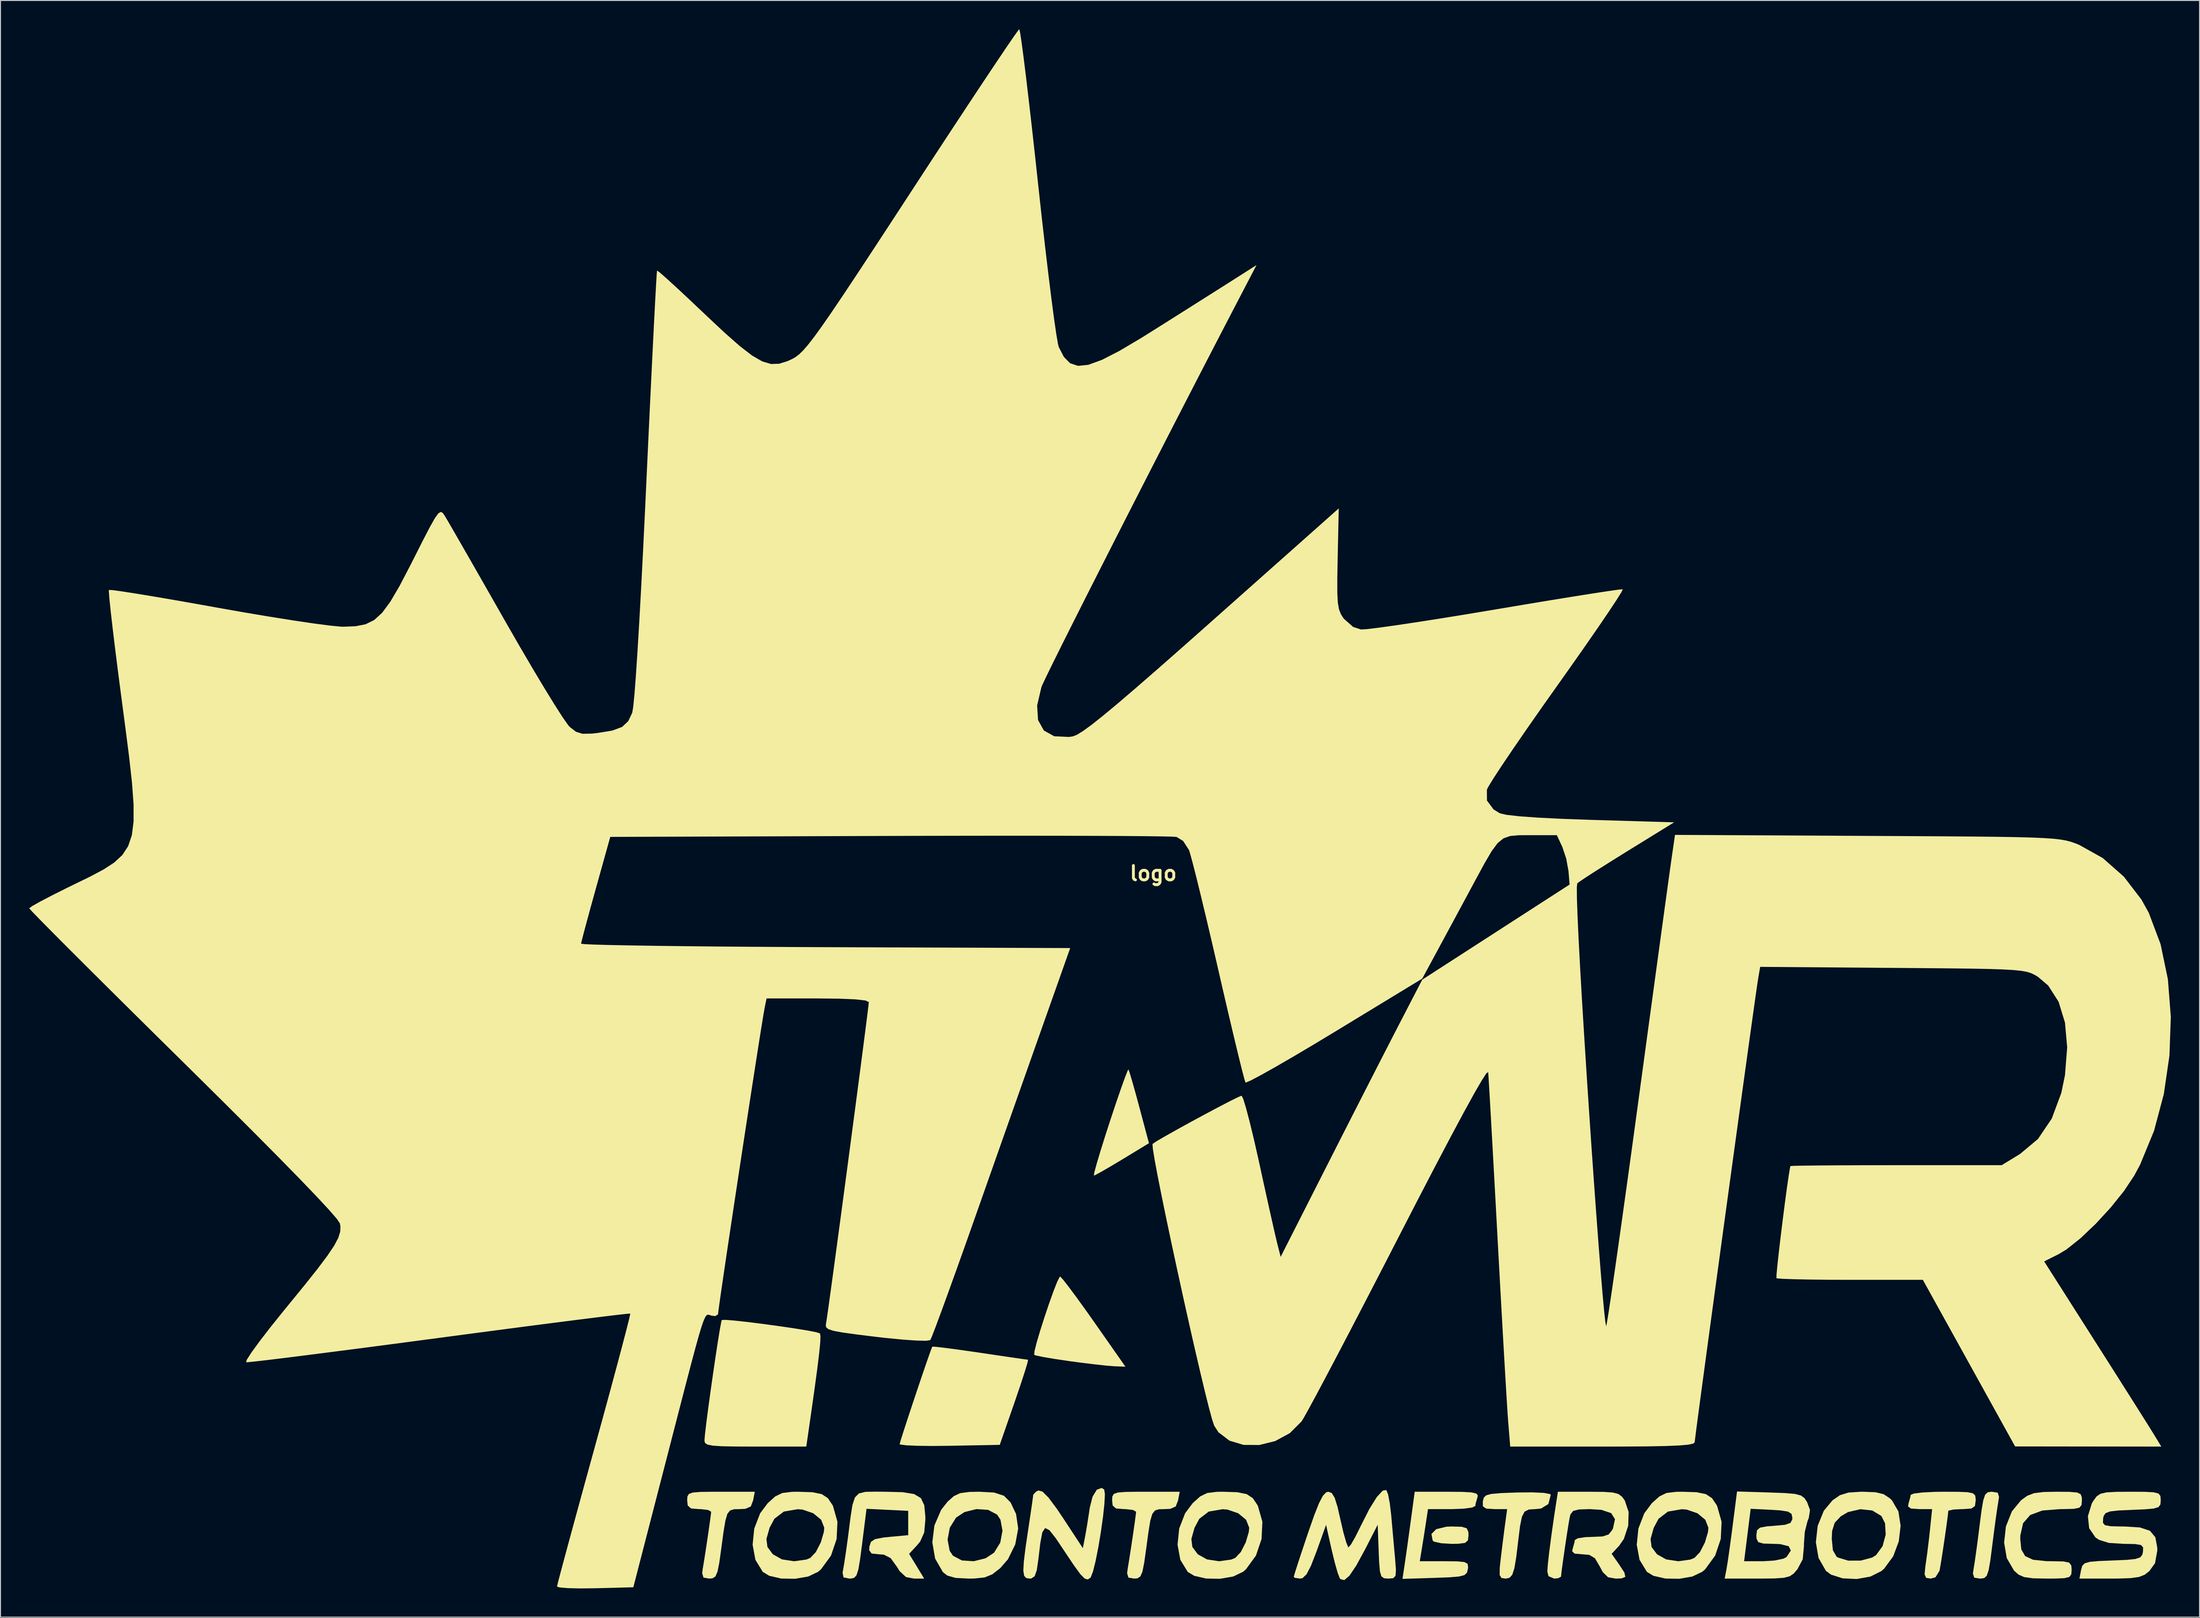
<source format=kicad_pcb>
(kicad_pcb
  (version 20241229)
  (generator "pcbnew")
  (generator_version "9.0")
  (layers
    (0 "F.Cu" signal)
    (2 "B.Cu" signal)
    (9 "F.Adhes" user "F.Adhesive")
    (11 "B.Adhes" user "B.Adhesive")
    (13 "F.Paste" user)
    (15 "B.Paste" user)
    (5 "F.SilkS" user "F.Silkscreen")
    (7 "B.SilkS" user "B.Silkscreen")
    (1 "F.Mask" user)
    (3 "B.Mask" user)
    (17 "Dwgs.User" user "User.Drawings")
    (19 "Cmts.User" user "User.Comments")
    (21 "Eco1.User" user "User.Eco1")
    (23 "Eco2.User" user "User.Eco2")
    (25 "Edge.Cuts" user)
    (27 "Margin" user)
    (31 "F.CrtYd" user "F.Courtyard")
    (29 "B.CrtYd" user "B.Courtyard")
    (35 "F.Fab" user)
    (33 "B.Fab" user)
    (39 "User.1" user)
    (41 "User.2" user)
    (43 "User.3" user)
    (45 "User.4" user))
  (footprint "logo"
    (layer "F.Cu")
    (at 117.341 88.174)
    (property "Reference" "logo" (at 0 0 0) (layer "F.SilkS") (effects (font (size 1.5 1.5) (thickness 0.3))))
    (attr board_only exclude_from_pos_files exclude_from_bom)
    (fp_poly (pts (xy 32.209 68.248) (xy 32.727 68.405) (xy 32.898 68.783) (xy 32.913 69.124) (xy 32.854 69.665) (xy 32.554 69.933) (xy 31.831 70.024) (xy 31.145 70.031) (xy 30.083 69.97) (xy 29.35 69.813) (xy 29.176 69.701) (xy 29.041 69.003) (xy 29.539 68.499) (xy 30.605 68.241) (xy 31.162 68.217)) (stroke (width 0) (type solid)) (fill yes) (layer "F.SilkS"))
    (fp_poly (pts (xy -2.453 20.854) (xy -2.176 21.785) (xy -1.802 23.119) (xy -1.458 24.39) (xy -0.447 28.183) (xy -3.231 29.876) (xy -4.478 30.622) (xy -5.479 31.2) (xy -6.087 31.526) (xy -6.197 31.569) (xy -6.151 31.244) (xy -5.909 30.346) (xy -5.504 28.988) (xy -4.971 27.285) (xy -4.543 25.962) (xy -3.923 24.093) (xy -3.377 22.504) (xy -2.946 21.304) (xy -2.67 20.606) (xy -2.589 20.476)) (stroke (width 0) (type solid)) (fill yes) (layer "F.SilkS"))
    (fp_poly (pts (xy -9.441 42.399) (xy -8.829 43.18) (xy -7.957 44.355) (xy -6.9 45.822) (xy -6.191 46.828) (xy -2.902 51.526) (xy -4.044 51.483) (xy -4.895 51.415) (xy -6.231 51.269) (xy -7.832 51.07) (xy -8.724 50.95) (xy -10.233 50.727) (xy -11.458 50.52) (xy -12.236 50.358) (xy -12.428 50.29) (xy -12.395 49.897) (xy -12.167 48.995) (xy -11.799 47.75) (xy -11.344 46.326) (xy -10.859 44.888) (xy -10.397 43.601) (xy -10.013 42.63) (xy -9.761 42.14) (xy -9.719 42.111)) (stroke (width 0) (type solid)) (fill yes) (layer "F.SilkS"))
    (fp_poly (pts (xy 88.16 64.687) (xy 88.296 65.129) (xy 88.227 65.586) (xy 88.099 66.378) (xy 87.917 67.672) (xy 87.709 69.252) (xy 87.6 70.122) (xy 87.392 71.742) (xy 87.214 72.774) (xy 87.019 73.349) (xy 86.758 73.6) (xy 86.383 73.659) (xy 86.306 73.66) (xy 85.704 73.562) (xy 85.569 73.12) (xy 85.638 72.662) (xy 85.765 71.871) (xy 85.948 70.577) (xy 86.156 68.997) (xy 86.264 68.126) (xy 86.473 66.506) (xy 86.651 65.475) (xy 86.846 64.9) (xy 87.107 64.649) (xy 87.482 64.589) (xy 87.559 64.589)) (stroke (width 0) (type solid)) (fill yes) (layer "F.SilkS"))
    (fp_poly (pts (xy -22.711 49.449) (xy -21.777 49.556) (xy -20.394 49.739) (xy -18.692 49.982) (xy -18.101 50.069) (xy -16.316 50.334) (xy -14.802 50.556) (xy -13.691 50.716) (xy -13.115 50.795) (xy -13.065 50.8) (xy -13.127 51.12) (xy -13.391 51.997) (xy -13.816 53.303) (xy -14.362 54.912) (xy -14.477 55.245) (xy -16.021 59.69) (xy -21.247 59.79) (xy -23.088 59.808) (xy -24.645 59.789) (xy -25.792 59.737) (xy -26.405 59.657) (xy -26.473 59.614) (xy -26.364 59.217) (xy -26.07 58.285) (xy -25.642 56.97) (xy -25.129 55.42) (xy -24.584 53.788) (xy -24.055 52.224) (xy -23.593 50.878) (xy -23.249 49.902) (xy -23.073 49.445) (xy -23.067 49.434)) (stroke (width 0) (type solid)) (fill yes) (layer "F.SilkS"))
    (fp_poly (pts (xy -43.699 46.712) (xy -42.359 46.859) (xy -40.781 47.056) (xy -39.121 47.282) (xy -37.536 47.514) (xy -36.183 47.733) (xy -35.217 47.917) (xy -34.795 48.045) (xy -34.793 48.046) (xy -34.739 48.318) (xy -34.763 48.99) (xy -34.874 50.123) (xy -35.077 51.781) (xy -35.381 54.024) (xy -35.792 56.916) (xy -35.839 57.241) (xy -36.219 59.871) (xy -41.542 59.871) (xy -43.604 59.865) (xy -45.055 59.836) (xy -46 59.772) (xy -46.545 59.661) (xy -46.793 59.491) (xy -46.851 59.248) (xy -46.85 59.236) (xy -46.794 58.571) (xy -46.655 57.394) (xy -46.454 55.847) (xy -46.211 54.074) (xy -45.946 52.218) (xy -45.682 50.421) (xy -45.437 48.826) (xy -45.233 47.577) (xy -45.09 46.816) (xy -45.041 46.652) (xy -44.645 46.636)) (stroke (width 0) (type solid)) (fill yes) (layer "F.SilkS"))
    (fp_poly (pts (xy 40.781 64.71) (xy 41.419 64.831) (xy 41.499 64.909) (xy 41.251 65.87) (xy 40.486 66.342) (xy 39.875 66.403) (xy 39.206 66.445) (xy 38.769 66.665) (xy 38.488 67.201) (xy 38.289 68.19) (xy 38.107 69.669) (xy 37.895 71.423) (xy 37.701 72.577) (xy 37.484 73.253) (xy 37.204 73.573) (xy 36.818 73.659) (xy 36.77 73.66) (xy 36.349 73.597) (xy 36.166 73.288) (xy 36.171 72.558) (xy 36.256 71.755) (xy 36.441 70.224) (xy 36.643 68.636) (xy 36.711 68.126) (xy 36.945 66.403) (xy 35.62 66.403) (xy 34.752 66.349) (xy 34.412 66.104) (xy 34.408 65.586) (xy 34.503 65.21) (xy 34.752 64.965) (xy 35.291 64.817) (xy 36.257 64.732) (xy 37.786 64.673) (xy 38.011 64.666) (xy 39.605 64.652)) (stroke (width 0) (type solid)) (fill yes) (layer "F.SilkS"))
    (fp_poly (pts (xy -41.769 65.496) (xy -42.013 66.127) (xy -42.578 66.374) (xy -43.161 66.403) (xy -43.762 66.417) (xy -44.174 66.541) (xy -44.456 66.898) (xy -44.666 67.612) (xy -44.863 68.805) (xy -45.089 70.485) (xy -45.302 72.005) (xy -45.49 72.943) (xy -45.707 73.438) (xy -46.009 73.631) (xy -46.356 73.66) (xy -46.951 73.556) (xy -47.089 73.097) (xy -47.033 72.662) (xy -46.86 71.608) (xy -46.657 70.295) (xy -46.454 68.934) (xy -46.283 67.736) (xy -46.174 66.91) (xy -46.152 66.675) (xy -46.465 66.495) (xy -47.237 66.405) (xy -47.401 66.403) (xy -48.248 66.335) (xy -48.595 66.03) (xy -48.654 65.496) (xy -48.631 65.082) (xy -48.477 64.818) (xy -48.059 64.67) (xy -47.245 64.605) (xy -45.905 64.589) (xy -45.126 64.589) (xy -41.598 64.589)) (stroke (width 0) (type solid)) (fill yes) (layer "F.SilkS"))
    (fp_poly (pts (xy 2.592 65.496) (xy 2.347 66.127) (xy 1.783 66.374) (xy 1.199 66.403) (xy 0.599 66.417) (xy 0.187 66.541) (xy -0.095 66.898) (xy -0.306 67.612) (xy -0.502 68.805) (xy -0.728 70.485) (xy -0.942 72.005) (xy -1.129 72.943) (xy -1.346 73.438) (xy -1.649 73.631) (xy -1.996 73.66) (xy -2.591 73.556) (xy -2.728 73.097) (xy -2.672 72.662) (xy -2.499 71.608) (xy -2.296 70.295) (xy -2.093 68.934) (xy -1.922 67.736) (xy -1.814 66.91) (xy -1.791 66.675) (xy -2.104 66.495) (xy -2.877 66.405) (xy -3.041 66.403) (xy -3.888 66.335) (xy -4.234 66.03) (xy -4.293 65.496) (xy -4.271 65.082) (xy -4.116 64.818) (xy -3.698 64.67) (xy -2.884 64.605) (xy -1.544 64.589) (xy -0.765 64.589) (xy 2.763 64.589)) (stroke (width 0) (type solid)) (fill yes) (layer "F.SilkS"))
    (fp_poly (pts (xy 32.258 64.603) (xy 33.24 64.66) (xy 33.742 64.781) (xy 33.884 64.989) (xy 33.845 65.163) (xy 33.652 65.854) (xy 33.628 66.07) (xy 33.301 66.235) (xy 32.441 66.354) (xy 31.229 66.403) (xy 31.155 66.403) (xy 28.683 66.403) (xy 28.449 67.945) (xy 28.247 69.249) (xy 28.05 70.481) (xy 28.02 70.666) (xy 27.825 71.846) (xy 30.394 71.846) (xy 31.72 71.859) (xy 32.478 71.932) (xy 32.814 72.112) (xy 32.872 72.45) (xy 32.848 72.662) (xy 32.75 73.045) (xy 32.493 73.291) (xy 31.939 73.439) (xy 30.947 73.524) (xy 29.379 73.583) (xy 29.377 73.584) (xy 26.02 73.689) (xy 26.228 72.314) (xy 26.375 71.308) (xy 26.58 69.853) (xy 26.805 68.22) (xy 26.867 67.764) (xy 27.297 64.589) (xy 30.68 64.589)) (stroke (width 0) (type solid)) (fill yes) (layer "F.SilkS"))
    (fp_poly (pts (xy 84.035 64.595) (xy 85.028 64.638) (xy 85.574 64.753) (xy 85.806 64.976) (xy 85.858 65.342) (xy 85.859 65.496) (xy 85.781 66.08) (xy 85.413 66.34) (xy 84.553 66.403) (xy 84.428 66.403) (xy 83.532 66.448) (xy 83.033 66.56) (xy 82.997 66.605) (xy 82.946 67.104) (xy 82.813 68.102) (xy 82.631 69.38) (xy 82.431 70.721) (xy 82.246 71.908) (xy 82.107 72.723) (xy 82.083 72.844) (xy 81.659 73.528) (xy 81.156 73.66) (xy 80.688 73.585) (xy 80.527 73.229) (xy 80.602 72.395) (xy 80.634 72.186) (xy 80.806 70.964) (xy 80.991 69.448) (xy 81.088 68.557) (xy 81.31 66.403) (xy 79.969 66.403) (xy 79.099 66.344) (xy 78.797 66.118) (xy 78.845 65.829) (xy 79.038 65.138) (xy 79.062 64.922) (xy 79.394 64.779) (xy 80.286 64.666) (xy 81.582 64.6) (xy 82.461 64.589)) (stroke (width 0) (type solid)) (fill yes) (layer "F.SilkS"))
    (fp_poly (pts (xy 95.65 64.6) (xy 96.442 64.669) (xy 96.822 64.848) (xy 96.94 65.188) (xy 96.949 65.496) (xy 96.907 65.987) (xy 96.673 66.259) (xy 96.082 66.376) (xy 94.972 66.403) (xy 94.672 66.403) (xy 92.814 66.549) (xy 91.548 67.023) (xy 90.806 67.876) (xy 90.519 69.159) (xy 90.51 69.501) (xy 90.619 70.61) (xy 91.026 71.313) (xy 91.852 71.694) (xy 93.218 71.837) (xy 93.885 71.846) (xy 95.02 71.869) (xy 95.614 71.99) (xy 95.841 72.29) (xy 95.876 72.753) (xy 95.841 73.219) (xy 95.636 73.489) (xy 95.108 73.618) (xy 94.103 73.657) (xy 93.255 73.66) (xy 91.835 73.63) (xy 90.925 73.506) (xy 90.32 73.238) (xy 89.862 72.826) (xy 89.103 71.517) (xy 88.828 69.906) (xy 89.015 68.207) (xy 89.642 66.634) (xy 90.586 65.486) (xy 91.243 65.008) (xy 91.959 64.736) (xy 92.96 64.614) (xy 94.294 64.589)) (stroke (width 0) (type solid)) (fill yes) (layer "F.SilkS"))
    (fp_poly (pts (xy -16.612 64.673) (xy -15.591 65.005) (xy -14.896 65.697) (xy -14.34 66.866) (xy -14.316 66.93) (xy -14.098 68.436) (xy -14.404 70.088) (xy -15.163 71.637) (xy -15.966 72.564) (xy -16.798 73.212) (xy -17.608 73.541) (xy -18.704 73.653) (xy -19.275 73.66) (xy -20.636 73.59) (xy -21.493 73.346) (xy -21.963 72.977) (xy -22.771 71.567) (xy -23.061 69.877) (xy -23.026 69.591) (xy -21.469 69.591) (xy -21.255 70.742) (xy -20.903 71.276) (xy -19.968 71.767) (xy -18.741 71.847) (xy -17.501 71.537) (xy -16.619 70.955) (xy -15.967 69.9) (xy -15.737 68.658) (xy -15.95 67.506) (xy -16.303 66.973) (xy -17.237 66.482) (xy -18.465 66.402) (xy -19.705 66.711) (xy -20.587 67.294) (xy -21.239 68.348) (xy -21.469 69.591) (xy -23.026 69.591) (xy -22.846 68.112) (xy -22.139 66.477) (xy -21.463 65.62) (xy -20.815 65.045) (xy -20.146 64.734) (xy -19.207 64.608) (xy -18.149 64.589)) (stroke (width 0) (type solid)) (fill yes) (layer "F.SilkS"))
    (fp_poly (pts (xy -35.585 64.638) (xy -34.605 64.838) (xy -33.964 65.262) (xy -33.477 65.986) (xy -33.436 66.066) (xy -32.967 67.719) (xy -33.052 69.526) (xy -33.639 71.259) (xy -34.678 72.685) (xy -34.974 72.944) (xy -36.017 73.443) (xy -37.391 73.68) (xy -38.835 73.656) (xy -40.085 73.369) (xy -40.763 72.955) (xy -41.531 71.7) (xy -41.822 70.124) (xy -41.762 69.527) (xy -40.381 69.527) (xy -40.275 70.359) (xy -39.71 71.12) (xy -38.757 71.654) (xy -37.484 71.849) (xy -36.22 71.673) (xy -35.789 71.491) (xy -35.222 70.889) (xy -34.706 69.884) (xy -34.385 68.792) (xy -34.344 68.344) (xy -34.666 67.516) (xy -35.493 66.836) (xy -36.613 66.452) (xy -37.116 66.414) (xy -38.562 66.658) (xy -39.547 67.41) (xy -40.054 68.361) (xy -40.381 69.527) (xy -41.762 69.527) (xy -41.652 68.435) (xy -41.034 66.838) (xy -40.254 65.794) (xy -39.462 65.078) (xy -38.719 64.719) (xy -37.714 64.597) (xy -37.092 64.589)) (stroke (width 0) (type solid)) (fill yes) (layer "F.SilkS"))
    (fp_poly (pts (xy 8.775 64.638) (xy 9.756 64.838) (xy 10.396 65.262) (xy 10.883 65.986) (xy 10.924 66.066) (xy 11.394 67.719) (xy 11.309 69.526) (xy 10.721 71.259) (xy 9.683 72.685) (xy 9.387 72.944) (xy 8.344 73.443) (xy 6.969 73.68) (xy 5.525 73.656) (xy 4.276 73.369) (xy 3.597 72.955) (xy 2.83 71.7) (xy 2.538 70.124) (xy 2.599 69.527) (xy 3.98 69.527) (xy 4.085 70.359) (xy 4.651 71.12) (xy 5.604 71.654) (xy 6.877 71.849) (xy 8.14 71.673) (xy 8.572 71.491) (xy 9.139 70.889) (xy 9.655 69.884) (xy 9.975 68.792) (xy 10.017 68.344) (xy 9.694 67.516) (xy 8.868 66.836) (xy 7.748 66.452) (xy 7.244 66.414) (xy 5.798 66.658) (xy 4.813 67.41) (xy 4.307 68.361) (xy 3.98 69.527) (xy 2.599 69.527) (xy 2.709 68.435) (xy 3.326 66.838) (xy 4.107 65.794) (xy 4.899 65.078) (xy 5.642 64.719) (xy 6.647 64.597) (xy 7.269 64.589)) (stroke (width 0) (type solid)) (fill yes) (layer "F.SilkS"))
    (fp_poly (pts (xy 56.713 64.638) (xy 57.694 64.838) (xy 58.334 65.262) (xy 58.821 65.986) (xy 58.863 66.066) (xy 59.332 67.719) (xy 59.247 69.526) (xy 58.659 71.259) (xy 57.621 72.685) (xy 57.325 72.944) (xy 56.282 73.443) (xy 54.907 73.68) (xy 53.463 73.656) (xy 52.214 73.369) (xy 51.535 72.955) (xy 50.768 71.7) (xy 50.476 70.124) (xy 50.537 69.527) (xy 51.918 69.527) (xy 52.024 70.359) (xy 52.589 71.12) (xy 53.542 71.654) (xy 54.815 71.849) (xy 56.078 71.673) (xy 56.51 71.491) (xy 57.077 70.889) (xy 57.593 69.884) (xy 57.913 68.792) (xy 57.955 68.344) (xy 57.632 67.516) (xy 56.806 66.836) (xy 55.686 66.452) (xy 55.182 66.414) (xy 53.736 66.658) (xy 52.751 67.41) (xy 52.245 68.361) (xy 51.918 69.527) (xy 50.537 69.527) (xy 50.647 68.435) (xy 51.264 66.838) (xy 52.045 65.794) (xy 52.837 65.078) (xy 53.58 64.719) (xy 54.585 64.597) (xy 55.207 64.589)) (stroke (width 0) (type solid)) (fill yes) (layer "F.SilkS"))
    (fp_poly (pts (xy 75.404 64.64) (xy 76.255 64.846) (xy 76.906 65.282) (xy 77.111 65.479) (xy 77.791 66.643) (xy 78.021 68.142) (xy 77.831 69.772) (xy 77.25 71.331) (xy 76.308 72.616) (xy 76.016 72.873) (xy 74.864 73.451) (xy 73.433 73.704) (xy 71.977 73.635) (xy 70.751 73.245) (xy 70.219 72.844) (xy 69.452 71.5) (xy 69.174 69.863) (xy 69.215 69.495) (xy 70.834 69.495) (xy 70.952 70.704) (xy 71.337 71.368) (xy 71.46 71.454) (xy 72.549 71.785) (xy 73.864 71.78) (xy 75.047 71.463) (xy 75.456 71.211) (xy 76.138 70.275) (xy 76.464 69.067) (xy 76.395 67.878) (xy 76.014 67.12) (xy 75.066 66.547) (xy 73.815 66.413) (xy 72.525 66.714) (xy 71.776 67.155) (xy 71.142 67.826) (xy 70.873 68.68) (xy 70.834 69.495) (xy 69.215 69.495) (xy 69.365 68.149) (xy 70.006 66.574) (xy 70.91 65.486) (xy 71.691 64.946) (xy 72.578 64.674) (xy 73.852 64.59) (xy 74.097 64.589)) (stroke (width 0) (type solid)) (fill yes) (layer "F.SilkS"))
    (fp_poly (pts (xy -5.121 64.353) (xy -5.046 64.828) (xy -5.096 65.841) (xy -5.244 67.217) (xy -5.465 68.786) (xy -5.73 70.374) (xy -6.014 71.811) (xy -6.289 72.922) (xy -6.528 73.536) (xy -6.56 73.574) (xy -6.839 73.754) (xy -7.162 73.655) (xy -7.613 73.192) (xy -8.279 72.279) (xy -9.168 70.948) (xy -10.162 69.461) (xy -10.842 68.599) (xy -11.287 68.379) (xy -11.576 68.818) (xy -11.788 69.934) (xy -11.983 71.574) (xy -12.156 72.776) (xy -12.379 73.413) (xy -12.723 73.645) (xy -12.905 73.66) (xy -13.261 73.603) (xy -13.479 73.36) (xy -13.561 72.824) (xy -13.511 71.886) (xy -13.332 70.439) (xy -13.058 68.58) (xy -12.832 67.074) (xy -12.653 65.849) (xy -12.547 65.075) (xy -12.528 64.9) (xy -12.239 64.584) (xy -11.98 64.456) (xy -11.565 64.572) (xy -10.933 65.203) (xy -10.041 66.401) (xy -9.393 67.364) (xy -7.347 70.483) (xy -7.111 69.259) (xy -6.912 68.121) (xy -6.697 66.742) (xy -6.633 66.291) (xy -6.339 65.116) (xy -5.894 64.379) (xy -5.386 64.191)) (stroke (width 0) (type solid)) (fill yes) (layer "F.SilkS"))
    (fp_poly (pts (xy -27.941 64.589) (xy -26.158 64.635) (xy -24.969 64.828) (xy -24.257 65.252) (xy -23.905 65.989) (xy -23.794 67.123) (xy -23.79 67.518) (xy -23.908 68.842) (xy -24.328 69.784) (xy -24.637 70.162) (xy -25.485 71.077) (xy -24.698 72.368) (xy -23.911 73.66) (xy -24.978 73.66) (xy -25.808 73.501) (xy -26.452 72.908) (xy -26.784 72.39) (xy -27.417 71.519) (xy -28.11 71.163) (xy -28.633 71.12) (xy -29.401 71.041) (xy -29.65 70.701) (xy -29.628 70.304) (xy -29.467 69.819) (xy -29.034 69.536) (xy -28.148 69.368) (xy -27.546 69.306) (xy -25.579 69.124) (xy -25.579 67.854) (xy -25.579 66.584) (xy -27.755 66.478) (xy -29.931 66.371) (xy -30.389 70.016) (xy -30.605 71.664) (xy -30.787 72.723) (xy -30.981 73.321) (xy -31.235 73.589) (xy -31.595 73.659) (xy -31.708 73.66) (xy -32.333 73.539) (xy -32.431 73.043) (xy -32.394 72.844) (xy -32.265 72.102) (xy -32.081 70.88) (xy -31.878 69.417) (xy -31.839 69.124) (xy -31.602 67.251) (xy -31.402 65.976) (xy -31.143 65.185) (xy -30.726 64.765) (xy -30.054 64.601) (xy -29.029 64.58)) (stroke (width 0) (type solid)) (fill yes) (layer "F.SilkS"))
    (fp_poly (pts (xy 64.356 64.667) (xy 65.949 64.727) (xy 66.982 64.817) (xy 67.607 64.977) (xy 67.98 65.248) (xy 68.255 65.668) (xy 68.26 65.677) (xy 68.562 66.493) (xy 68.436 67.318) (xy 68.299 67.673) (xy 68.019 68.779) (xy 67.927 70.058) (xy 67.934 70.222) (xy 67.803 71.645) (xy 67.256 72.671) (xy 66.863 73.13) (xy 66.439 73.42) (xy 65.818 73.578) (xy 64.835 73.645) (xy 63.324 73.66) (xy 63.072 73.66) (xy 59.654 73.66) (xy 59.846 72.662) (xy 59.975 71.872) (xy 59.979 71.846) (xy 61.684 71.846) (xy 63.683 71.846) (xy 64.866 71.772) (xy 65.779 71.582) (xy 66.112 71.41) (xy 66.562 70.73) (xy 66.34 70.28) (xy 65.441 70.058) (xy 64.752 70.031) (xy 63.69 70.001) (xy 63.16 69.85) (xy 62.98 69.488) (xy 62.963 69.143) (xy 63.028 68.621) (xy 63.34 68.338) (xy 64.078 68.2) (xy 64.842 68.145) (xy 65.953 68.041) (xy 66.519 67.846) (xy 66.71 67.484) (xy 66.72 67.31) (xy 66.633 66.901) (xy 66.265 66.663) (xy 65.454 66.535) (xy 64.544 66.478) (xy 62.369 66.371) (xy 62.026 69.109) (xy 61.684 71.846) (xy 59.979 71.846) (xy 60.162 70.579) (xy 60.376 68.998) (xy 60.491 68.114) (xy 60.944 64.564)) (stroke (width 0) (type solid)) (fill yes) (layer "F.SilkS"))
    (fp_poly (pts (xy 46.977 64.602) (xy 47.963 64.667) (xy 48.564 64.826) (xy 48.947 65.117) (xy 49.228 65.503) (xy 49.629 66.705) (xy 49.584 68.143) (xy 49.131 69.516) (xy 48.642 70.225) (xy 47.857 71.073) (xy 48.613 72.151) (xy 49.185 73.028) (xy 49.284 73.478) (xy 48.879 73.641) (xy 48.29 73.66) (xy 47.488 73.525) (xy 46.936 72.993) (xy 46.614 72.39) (xy 46.111 71.535) (xy 45.513 71.18) (xy 44.793 71.12) (xy 43.978 71.051) (xy 43.731 70.792) (xy 43.786 70.546) (xy 43.979 69.855) (xy 44.003 69.639) (xy 44.325 69.449) (xy 45.148 69.328) (xy 45.799 69.306) (xy 46.911 69.258) (xy 47.538 69.052) (xy 47.909 68.595) (xy 47.998 68.409) (xy 48.204 67.459) (xy 47.805 66.821) (xy 46.779 66.478) (xy 45.576 66.403) (xy 44.446 66.438) (xy 43.839 66.594) (xy 43.561 66.945) (xy 43.486 67.219) (xy 43.364 67.905) (xy 43.187 69.018) (xy 42.988 70.341) (xy 42.799 71.656) (xy 42.65 72.745) (xy 42.575 73.39) (xy 42.572 73.457) (xy 42.271 73.622) (xy 41.856 73.66) (xy 41.262 73.407) (xy 41.141 72.913) (xy 41.195 72.161) (xy 41.341 70.863) (xy 41.559 69.191) (xy 41.825 67.315) (xy 42.061 65.768) (xy 42.247 64.589) (xy 45.442 64.589)) (stroke (width 0) (type solid)) (fill yes) (layer "F.SilkS"))
    (fp_poly (pts (xy 24.509 64.839) (xy 24.694 65.789) (xy 24.843 67.042) (xy 24.992 68.727) (xy 25.15 70.503) (xy 25.247 71.574) (xy 25.336 72.745) (xy 25.294 73.368) (xy 25.061 73.615) (xy 24.579 73.66) (xy 24.538 73.66) (xy 24.087 73.624) (xy 23.812 73.416) (xy 23.661 72.885) (xy 23.579 71.882) (xy 23.537 70.848) (xy 23.432 68.036) (xy 22.121 70.597) (xy 21.194 72.301) (xy 20.479 73.363) (xy 19.94 73.821) (xy 19.544 73.714) (xy 19.462 73.602) (xy 19.248 73.037) (xy 18.949 71.984) (xy 18.629 70.666) (xy 18.613 70.598) (xy 18.043 68.05) (xy 17.035 70.855) (xy 16.464 72.326) (xy 16.006 73.206) (xy 15.593 73.605) (xy 15.347 73.66) (xy 14.785 73.582) (xy 14.668 73.483) (xy 14.777 73.091) (xy 15.077 72.15) (xy 15.522 70.795) (xy 16.069 69.161) (xy 16.141 68.947) (xy 16.799 67.064) (xy 17.306 65.784) (xy 17.708 65.01) (xy 18.052 64.648) (xy 18.27 64.589) (xy 18.633 64.722) (xy 18.937 65.207) (xy 19.239 66.171) (xy 19.541 67.491) (xy 19.85 68.828) (xy 20.134 69.84) (xy 20.343 70.359) (xy 20.387 70.394) (xy 20.644 70.092) (xy 21.099 69.299) (xy 21.654 68.184) (xy 21.667 68.156) (xy 22.563 66.388) (xy 23.34 65.142) (xy 23.956 64.475) (xy 24.327 64.408)) (stroke (width 0) (type solid)) (fill yes) (layer "F.SilkS"))
    (fp_poly (pts (xy 103.488 64.596) (xy 104.432 64.645) (xy 104.937 64.772) (xy 105.139 65.017) (xy 105.177 65.417) (xy 105.177 65.481) (xy 105.143 65.92) (xy 104.944 66.191) (xy 104.436 66.345) (xy 103.476 66.428) (xy 102.226 66.479) (xy 100.772 66.545) (xy 99.884 66.646) (xy 99.415 66.826) (xy 99.215 67.131) (xy 99.16 67.401) (xy 99.146 67.84) (xy 99.36 68.084) (xy 99.954 68.191) (xy 101.083 68.217) (xy 101.371 68.217) (xy 103.002 68.316) (xy 104.046 68.664) (xy 104.614 69.341) (xy 104.814 70.427) (xy 104.82 70.72) (xy 104.581 72.049) (xy 103.992 72.871) (xy 103.503 73.255) (xy 102.903 73.491) (xy 102.016 73.613) (xy 100.664 73.657) (xy 99.927 73.66) (xy 96.691 73.66) (xy 96.859 72.766) (xy 96.98 72.334) (xy 97.241 72.063) (xy 97.792 71.907) (xy 98.78 71.822) (xy 100.119 71.769) (xy 101.613 71.705) (xy 102.537 71.611) (xy 103.036 71.444) (xy 103.256 71.162) (xy 103.324 70.848) (xy 103.336 70.394) (xy 103.104 70.15) (xy 102.469 70.05) (xy 101.307 70.031) (xy 99.771 69.935) (xy 98.741 69.615) (xy 98.36 69.362) (xy 97.703 68.394) (xy 97.573 67.138) (xy 97.981 65.812) (xy 98.15 65.524) (xy 98.48 65.078) (xy 98.879 64.803) (xy 99.511 64.656) (xy 100.543 64.598) (xy 101.966 64.589)) (stroke (width 0) (type solid)) (fill yes) (layer "F.SilkS"))
    (fp_poly (pts (xy -13.899 -87.825) (xy -13.747 -86.827) (xy -13.538 -85.253) (xy -13.28 -83.173) (xy -12.983 -80.662) (xy -12.654 -77.791) (xy -12.304 -74.633) (xy -12.032 -72.122) (xy -11.663 -68.747) (xy -11.301 -65.564) (xy -10.956 -62.653) (xy -10.638 -60.093) (xy -10.357 -57.962) (xy -10.123 -56.34) (xy -9.946 -55.306) (xy -9.862 -54.977) (xy -9.332 -53.948) (xy -8.688 -53.289) (xy -7.859 -53.009) (xy -6.774 -53.12) (xy -5.361 -53.634) (xy -3.549 -54.562) (xy -1.266 -55.916) (xy -0.325 -56.503) (xy 1.671 -57.761) (xy 3.723 -59.057) (xy 5.639 -60.27) (xy 7.229 -61.277) (xy 7.805 -61.643) (xy 10.78 -63.535) (xy 8.644 -59.435) (xy 7.002 -56.274) (xy 5.265 -52.916) (xy 3.463 -49.421) (xy 1.63 -45.853) (xy -0.204 -42.274) (xy -2.007 -38.744) (xy -3.749 -35.325) (xy -5.397 -32.08) (xy -6.92 -29.071) (xy -8.287 -26.358) (xy -9.467 -24.004) (xy -10.427 -22.071) (xy -11.137 -20.62) (xy -11.565 -19.714) (xy -11.673 -19.458) (xy -12.121 -17.543) (xy -12.026 -16.016) (xy -11.42 -14.925) (xy -10.334 -14.32) (xy -8.799 -14.249) (xy -8.374 -14.315) (xy -7.956 -14.48) (xy -7.317 -14.876) (xy -6.416 -15.534) (xy -5.215 -16.489) (xy -3.674 -17.772) (xy -1.754 -19.416) (xy 0.586 -21.454) (xy 3.383 -23.918) (xy 6.107 -26.335) (xy 19.366 -38.122) (xy 19.253 -32.876) (xy 19.215 -30.8) (xy 19.216 -29.315) (xy 19.27 -28.289) (xy 19.389 -27.587) (xy 19.588 -27.075) (xy 19.879 -26.621) (xy 19.89 -26.606) (xy 20.867 -25.74) (xy 21.687 -25.474) (xy 22.272 -25.508) (xy 23.476 -25.652) (xy 25.212 -25.893) (xy 27.395 -26.219) (xy 29.938 -26.617) (xy 32.755 -27.073) (xy 35.747 -27.572) (xy 38.711 -28.071) (xy 41.452 -28.525) (xy 43.889 -28.921) (xy 45.944 -29.247) (xy 47.536 -29.49) (xy 48.586 -29.637) (xy 49.013 -29.677) (xy 49.016 -29.676) (xy 48.875 -29.369) (xy 48.359 -28.544) (xy 47.514 -27.269) (xy 46.386 -25.612) (xy 45.022 -23.642) (xy 43.467 -21.427) (xy 42.169 -19.594) (xy 40.472 -17.195) (xy 38.907 -14.952) (xy 37.524 -12.94) (xy 36.374 -11.234) (xy 35.508 -9.909) (xy 34.977 -9.042) (xy 34.831 -8.743) (xy 34.839 -7.605) (xy 35.528 -6.681) (xy 36.171 -6.28) (xy 36.852 -6.118) (xy 38.201 -5.964) (xy 40.171 -5.822) (xy 42.715 -5.695) (xy 45.707 -5.589) (xy 54.376 -5.332) (xy 49.486 -2.314) (xy 47.802 -1.266) (xy 46.325 -0.333) (xy 45.169 0.413) (xy 44.446 0.901) (xy 44.265 1.04) (xy 44.221 1.468) (xy 44.23 2.586) (xy 44.29 4.357) (xy 44.4 6.747) (xy 44.557 9.722) (xy 44.76 13.246) (xy 45.008 17.285) (xy 45.297 21.805) (xy 45.485 24.653) (xy 45.757 28.663) (xy 46.022 32.435) (xy 46.274 35.91) (xy 46.509 39.031) (xy 46.723 41.739) (xy 46.911 43.975) (xy 47.068 45.682) (xy 47.19 46.801) (xy 47.272 47.275) (xy 47.29 47.278) (xy 47.382 46.812) (xy 47.562 45.69) (xy 47.82 43.975) (xy 48.148 41.73) (xy 48.536 39.017) (xy 48.975 35.9) (xy 49.457 32.442) (xy 49.973 28.705) (xy 50.513 24.753) (xy 50.622 23.949) (xy 51.174 19.891) (xy 51.705 15.982) (xy 52.208 12.291) (xy 52.672 8.89) (xy 53.088 5.848) (xy 53.446 3.235) (xy 53.737 1.123) (xy 53.95 -0.418) (xy 54.077 -1.319) (xy 54.085 -1.375) (xy 54.469 -4.02) (xy 74.546 -3.915) (xy 78.841 -3.892) (xy 82.481 -3.87) (xy 85.527 -3.847) (xy 88.04 -3.82) (xy 90.08 -3.786) (xy 91.709 -3.742) (xy 92.988 -3.687) (xy 93.976 -3.618) (xy 94.736 -3.531) (xy 95.327 -3.424) (xy 95.81 -3.296) (xy 96.247 -3.142) (xy 96.68 -2.968) (xy 99.121 -1.603) (xy 101.33 0.345) (xy 103.165 2.738) (xy 103.927 4.116) (xy 105.159 7.389) (xy 105.924 11.062) (xy 106.23 14.992) (xy 106.086 19.035) (xy 105.499 23.05) (xy 104.477 26.892) (xy 103.027 30.418) (xy 102.414 31.563) (xy 101.342 33.176) (xy 99.947 34.911) (xy 98.382 36.61) (xy 96.797 38.117) (xy 95.344 39.273) (xy 94.529 39.768) (xy 93.007 40.529) (xy 98.293 48.839) (xy 99.735 51.107) (xy 101.089 53.242) (xy 102.295 55.147) (xy 103.292 56.727) (xy 104.02 57.886) (xy 104.408 58.511) (xy 105.236 59.871) (xy 97.605 59.863) (xy 89.973 59.855) (xy 85.158 51.155) (xy 80.343 42.454) (xy 72.786 42.454) (xy 70.535 42.447) (xy 68.535 42.425) (xy 66.893 42.391) (xy 65.717 42.349) (xy 65.115 42.3) (xy 65.06 42.283) (xy 65.067 41.909) (xy 65.155 40.963) (xy 65.305 39.594) (xy 65.498 37.949) (xy 65.717 36.175) (xy 65.942 34.419) (xy 66.156 32.83) (xy 66.34 31.555) (xy 66.476 30.74) (xy 66.515 30.571) (xy 66.865 30.548) (xy 67.844 30.528) (xy 69.365 30.51) (xy 71.342 30.496) (xy 73.688 30.486) (xy 76.317 30.481) (xy 77.557 30.48) (xy 88.574 30.48) (xy 90.5 29.301) (xy 92.364 27.74) (xy 93.801 25.61) (xy 94.798 22.935) (xy 95.181 21.071) (xy 95.41 18.165) (xy 95.18 15.585) (xy 94.513 13.409) (xy 93.428 11.714) (xy 92.363 10.809) (xy 92.014 10.598) (xy 91.655 10.426) (xy 91.211 10.288) (xy 90.609 10.179) (xy 89.778 10.095) (xy 88.644 10.031) (xy 87.134 9.984) (xy 85.176 9.947) (xy 82.696 9.918) (xy 79.623 9.891) (xy 77.203 9.872) (xy 63.359 9.765) (xy 63.155 10.961) (xy 63.058 11.596) (xy 62.877 12.855) (xy 62.622 14.664) (xy 62.302 16.952) (xy 61.928 19.645) (xy 61.51 22.671) (xy 61.057 25.957) (xy 60.579 29.431) (xy 60.087 33.021) (xy 59.589 36.653) (xy 59.097 40.255) (xy 58.62 43.755) (xy 58.168 47.08) (xy 57.751 50.158) (xy 57.379 52.915) (xy 57.061 55.28) (xy 56.808 57.18) (xy 56.63 58.542) (xy 56.537 59.294) (xy 56.525 59.418) (xy 56.368 59.56) (xy 55.855 59.671) (xy 54.924 59.754) (xy 53.509 59.813) (xy 51.549 59.85) (xy 48.979 59.868) (xy 46.895 59.871) (xy 37.267 59.871) (xy 37.052 57.241) (xy 36.987 56.33) (xy 36.89 54.782) (xy 36.764 52.685) (xy 36.614 50.127) (xy 36.447 47.197) (xy 36.267 43.982) (xy 36.079 40.569) (xy 35.944 38.1) (xy 35.759 34.683) (xy 35.582 31.468) (xy 35.42 28.533) (xy 35.275 25.954) (xy 35.153 23.808) (xy 35.057 22.172) (xy 34.992 21.122) (xy 34.966 20.756) (xy 34.787 20.872) (xy 34.296 21.625) (xy 33.501 23.001) (xy 32.408 24.988) (xy 31.026 27.571) (xy 29.36 30.739) (xy 27.419 34.477) (xy 25.61 37.992) (xy 23.866 41.382) (xy 22.199 44.607) (xy 20.642 47.604) (xy 19.227 50.31) (xy 17.988 52.662) (xy 16.957 54.598) (xy 16.168 56.055) (xy 15.654 56.97) (xy 15.485 57.241) (xy 14.252 58.473) (xy 12.729 59.297) (xy 11.07 59.707) (xy 9.428 59.695) (xy 7.956 59.253) (xy 6.808 58.374) (xy 6.367 57.694) (xy 6.154 57.064) (xy 5.824 55.85) (xy 5.397 54.143) (xy 4.893 52.035) (xy 4.331 49.617) (xy 3.732 46.978) (xy 3.115 44.209) (xy 2.501 41.401) (xy 1.908 38.646) (xy 1.357 36.033) (xy 0.868 33.654) (xy 0.46 31.598) (xy 0.154 29.958) (xy -0.032 28.822) (xy -0.077 28.283) (xy -0.066 28.254) (xy 0.367 27.967) (xy 1.278 27.436) (xy 2.524 26.735) (xy 3.968 25.941) (xy 5.468 25.129) (xy 6.885 24.376) (xy 8.079 23.757) (xy 8.909 23.349) (xy 9.227 23.223) (xy 9.396 23.56) (xy 9.684 24.5) (xy 10.063 25.936) (xy 10.506 27.761) (xy 10.983 29.867) (xy 11.057 30.208) (xy 11.55 32.466) (xy 12.015 34.572) (xy 12.421 36.39) (xy 12.737 37.78) (xy 12.933 38.605) (xy 12.938 38.624) (xy 13.301 40.054) (xy 18.259 30.278) (xy 19.65 27.538) (xy 21.07 24.749) (xy 22.447 22.048) (xy 23.711 19.574) (xy 24.793 17.465) (xy 25.621 15.857) (xy 25.65 15.802) (xy 28.083 11.102) (xy 35.775 6.134) (xy 43.466 1.166) (xy 43.351 -0.234) (xy 43.117 -1.529) (xy 42.709 -2.757) (xy 42.684 -2.812) (xy 42.133 -3.991) (xy 39.367 -3.991) (xy 38.166 -3.985) (xy 37.268 -3.905) (xy 36.566 -3.661) (xy 35.954 -3.161) (xy 35.325 -2.314) (xy 34.573 -1.03) (xy 33.591 0.782) (xy 33.427 1.089) (xy 32.405 2.988) (xy 31.3 5.038) (xy 30.274 6.94) (xy 29.731 7.946) (xy 28.083 10.993) (xy 18.961 16.544) (xy 16.658 17.933) (xy 14.555 19.179) (xy 12.729 20.236) (xy 11.256 21.062) (xy 10.215 21.613) (xy 9.682 21.844) (xy 9.631 21.843) (xy 9.502 21.44) (xy 9.235 20.416) (xy 8.85 18.856) (xy 8.367 16.845) (xy 7.807 14.471) (xy 7.191 11.817) (xy 6.811 10.16) (xy 6.158 7.331) (xy 5.536 4.683) (xy 4.967 2.313) (xy 4.476 0.315) (xy 4.084 -1.215) (xy 3.816 -2.184) (xy 3.733 -2.436) (xy 3.123 -3.383) (xy 2.438 -3.806) (xy 1.959 -3.837) (xy 0.819 -3.863) (xy -0.926 -3.886) (xy -3.221 -3.904) (xy -6.011 -3.918) (xy -9.242 -3.928) (xy -12.857 -3.932) (xy -16.802 -3.932) (xy -21.022 -3.927) (xy -25.462 -3.916) (xy -27.537 -3.91) (xy -56.683 -3.81) (xy -58.201 1.633) (xy -58.723 3.519) (xy -59.169 5.157) (xy -59.505 6.42) (xy -59.698 7.183) (xy -59.731 7.345) (xy -59.385 7.391) (xy -58.38 7.437) (xy -56.772 7.482) (xy -54.62 7.526) (xy -51.978 7.567) (xy -48.904 7.605) (xy -45.455 7.64) (xy -41.687 7.669) (xy -37.656 7.693) (xy -34.206 7.708) (xy -8.669 7.801) (xy -11.429 15.603) (xy -12.238 17.891) (xy -13.233 20.709) (xy -14.361 23.904) (xy -15.567 27.322) (xy -16.796 30.81) (xy -17.996 34.214) (xy -18.598 35.923) (xy -19.611 38.789) (xy -20.557 41.44) (xy -21.407 43.8) (xy -22.132 45.789) (xy -22.704 47.329) (xy -23.094 48.343) (xy -23.274 48.751) (xy -23.275 48.752) (xy -23.706 48.819) (xy -24.717 48.798) (xy -26.177 48.697) (xy -27.956 48.523) (xy -28.934 48.411) (xy -30.994 48.156) (xy -32.445 47.955) (xy -33.388 47.779) (xy -33.924 47.601) (xy -34.154 47.395) (xy -34.18 47.133) (xy -34.158 47.012) (xy -34.078 46.512) (xy -33.917 45.388) (xy -33.687 43.728) (xy -33.398 41.62) (xy -33.064 39.152) (xy -32.695 36.413) (xy -32.304 33.49) (xy -31.901 30.472) (xy -31.5 27.447) (xy -31.111 24.503) (xy -30.746 21.729) (xy -30.417 19.212) (xy -30.136 17.04) (xy -29.914 15.303) (xy -29.763 14.087) (xy -29.696 13.482) (xy -29.693 13.438) (xy -30.044 13.277) (xy -31.074 13.16) (xy -32.748 13.088) (xy -35.029 13.063) (xy -35.031 13.063) (xy -40.369 13.063) (xy -40.569 14.061) (xy -40.692 14.755) (xy -40.902 16.043) (xy -41.187 17.837) (xy -41.532 20.045) (xy -41.925 22.577) (xy -42.351 25.343) (xy -42.796 28.253) (xy -43.247 31.217) (xy -43.69 34.144) (xy -44.112 36.945) (xy -44.499 39.529) (xy -44.836 41.806) (xy -45.111 43.686) (xy -45.309 45.078) (xy -45.418 45.894) (xy -45.434 46.062) (xy -45.718 46.242) (xy -46.124 46.195) (xy -46.304 46.132) (xy -46.455 46.091) (xy -46.597 46.13) (xy -46.747 46.309) (xy -46.925 46.688) (xy -47.148 47.325) (xy -47.436 48.28) (xy -47.807 49.612) (xy -48.279 51.381) (xy -48.871 53.646) (xy -49.601 56.467) (xy -50.487 59.903) (xy -50.948 61.686) (xy -54.276 74.567) (xy -58.262 74.67) (xy -59.853 74.687) (xy -61.142 74.656) (xy -61.984 74.582) (xy -62.243 74.488) (xy -62.149 74.088) (xy -61.882 73.064) (xy -61.462 71.494) (xy -60.91 69.452) (xy -60.246 67.014) (xy -59.492 64.256) (xy -58.667 61.254) (xy -58.362 60.149) (xy -57.521 57.087) (xy -56.748 54.25) (xy -56.064 51.712) (xy -55.487 49.546) (xy -55.038 47.829) (xy -54.736 46.634) (xy -54.601 46.036) (xy -54.598 45.98) (xy -54.963 46.005) (xy -55.973 46.118) (xy -57.565 46.31) (xy -59.674 46.573) (xy -62.235 46.9) (xy -65.186 47.281) (xy -68.461 47.71) (xy -71.998 48.177) (xy -74.488 48.509) (xy -78.176 48.999) (xy -81.655 49.457) (xy -84.861 49.873) (xy -87.728 50.241) (xy -90.19 50.552) (xy -92.183 50.797) (xy -93.64 50.968) (xy -94.496 51.056) (xy -94.7 51.066) (xy -94.614 50.777) (xy -94.125 50.02) (xy -93.294 48.879) (xy -92.182 47.435) (xy -90.85 45.774) (xy -90.509 45.357) (xy -88.672 43.107) (xy -87.257 41.328) (xy -86.218 39.945) (xy -85.506 38.883) (xy -85.073 38.066) (xy -84.872 37.419) (xy -84.854 36.868) (xy -84.912 36.551) (xy -85.223 36.09) (xy -86.037 35.15) (xy -87.336 33.75) (xy -89.101 31.909) (xy -91.315 29.646) (xy -93.96 26.979) (xy -97.017 23.927) (xy -100.467 20.508) (xy -101.242 19.744) (xy -104.066 16.956) (xy -106.732 14.317) (xy -109.197 11.871) (xy -111.417 9.66) (xy -113.35 7.729) (xy -114.951 6.12) (xy -116.177 4.878) (xy -116.985 4.045) (xy -117.331 3.665) (xy -117.341 3.647) (xy -117.036 3.42) (xy -116.197 2.947) (xy -114.939 2.289) (xy -113.376 1.506) (xy -112.686 1.169) (xy -110.986 0.34) (xy -109.589 -0.4) (xy -108.475 -1.125) (xy -107.624 -1.912) (xy -107.015 -2.838) (xy -106.629 -3.979) (xy -106.446 -5.41) (xy -106.447 -7.209) (xy -106.61 -9.451) (xy -106.917 -12.212) (xy -107.348 -15.569) (xy -107.673 -18.023) (xy -108.038 -20.814) (xy -108.361 -23.37) (xy -108.631 -25.601) (xy -108.84 -27.422) (xy -108.976 -28.744) (xy -109.029 -29.482) (xy -109.02 -29.606) (xy -108.64 -29.586) (xy -107.642 -29.45) (xy -106.111 -29.211) (xy -104.134 -28.884) (xy -101.796 -28.483) (xy -99.183 -28.021) (xy -97.788 -27.769) (xy -94.951 -27.267) (xy -92.241 -26.812) (xy -89.765 -26.418) (xy -87.63 -26.102) (xy -85.944 -25.882) (xy -84.814 -25.772) (xy -84.555 -25.763) (xy -83.275 -25.813) (xy -82.228 -26.019) (xy -81.329 -26.461) (xy -80.495 -27.221) (xy -79.64 -28.38) (xy -78.68 -30.02) (xy -77.53 -32.221) (xy -77.233 -32.811) (xy -76.234 -34.79) (xy -75.503 -36.198) (xy -74.986 -37.112) (xy -74.628 -37.606) (xy -74.374 -37.759) (xy -74.168 -37.644) (xy -73.96 -37.347) (xy -73.651 -36.824) (xy -73.032 -35.756) (xy -72.152 -34.224) (xy -71.056 -32.312) (xy -69.794 -30.102) (xy -68.412 -27.678) (xy -67.632 -26.307) (xy -66.191 -23.798) (xy -64.822 -21.46) (xy -63.576 -19.377) (xy -62.504 -17.633) (xy -61.656 -16.309) (xy -61.084 -15.49) (xy -60.909 -15.289) (xy -60.26 -14.79) (xy -59.586 -14.58) (xy -58.609 -14.599) (xy -58.028 -14.662) (xy -56.466 -14.916) (xy -55.45 -15.295) (xy -54.809 -15.896) (xy -54.391 -16.774) (xy -54.288 -17.383) (xy -54.161 -18.671) (xy -54.013 -20.594) (xy -53.845 -23.108) (xy -53.661 -26.167) (xy -53.464 -29.727) (xy -53.257 -33.742) (xy -53.041 -38.167) (xy -52.936 -40.414) (xy -52.752 -44.378) (xy -52.575 -48.122) (xy -52.408 -51.584) (xy -52.255 -54.702) (xy -52.119 -57.414) (xy -52.002 -59.657) (xy -51.908 -61.371) (xy -51.84 -62.492) (xy -51.801 -62.959) (xy -51.798 -62.968) (xy -51.518 -62.765) (xy -50.802 -62.136) (xy -49.732 -61.159) (xy -48.39 -59.907) (xy -46.858 -58.457) (xy -46.814 -58.414) (xy -44.786 -56.509) (xy -43.168 -55.081) (xy -41.873 -54.084) (xy -40.813 -53.473) (xy -39.9 -53.204) (xy -39.047 -53.231) (xy -38.167 -53.509) (xy -37.69 -53.729) (xy -37.339 -53.928) (xy -36.967 -54.212) (xy -36.539 -54.63) (xy -36.021 -55.23) (xy -35.377 -56.062) (xy -34.574 -57.173) (xy -33.577 -58.613) (xy -32.351 -60.431) (xy -30.862 -62.674) (xy -29.075 -65.392) (xy -26.955 -68.634) (xy -25.203 -71.32) (xy -23.157 -74.454) (xy -21.226 -77.398) (xy -19.447 -80.099) (xy -17.857 -82.501) (xy -16.49 -84.552) (xy -15.385 -86.195) (xy -14.576 -87.377) (xy -14.099 -88.043) (xy -13.985 -88.174)) (stroke (width 0) (type solid)) (fill yes) (layer "F.SilkS")))
  (gr_rect
    (start -3 -3)
    (end 226.571 165.861)
    (stroke (width 0.1) (type default))
    (fill no)
    (layer "Edge.Cuts")))
</source>
